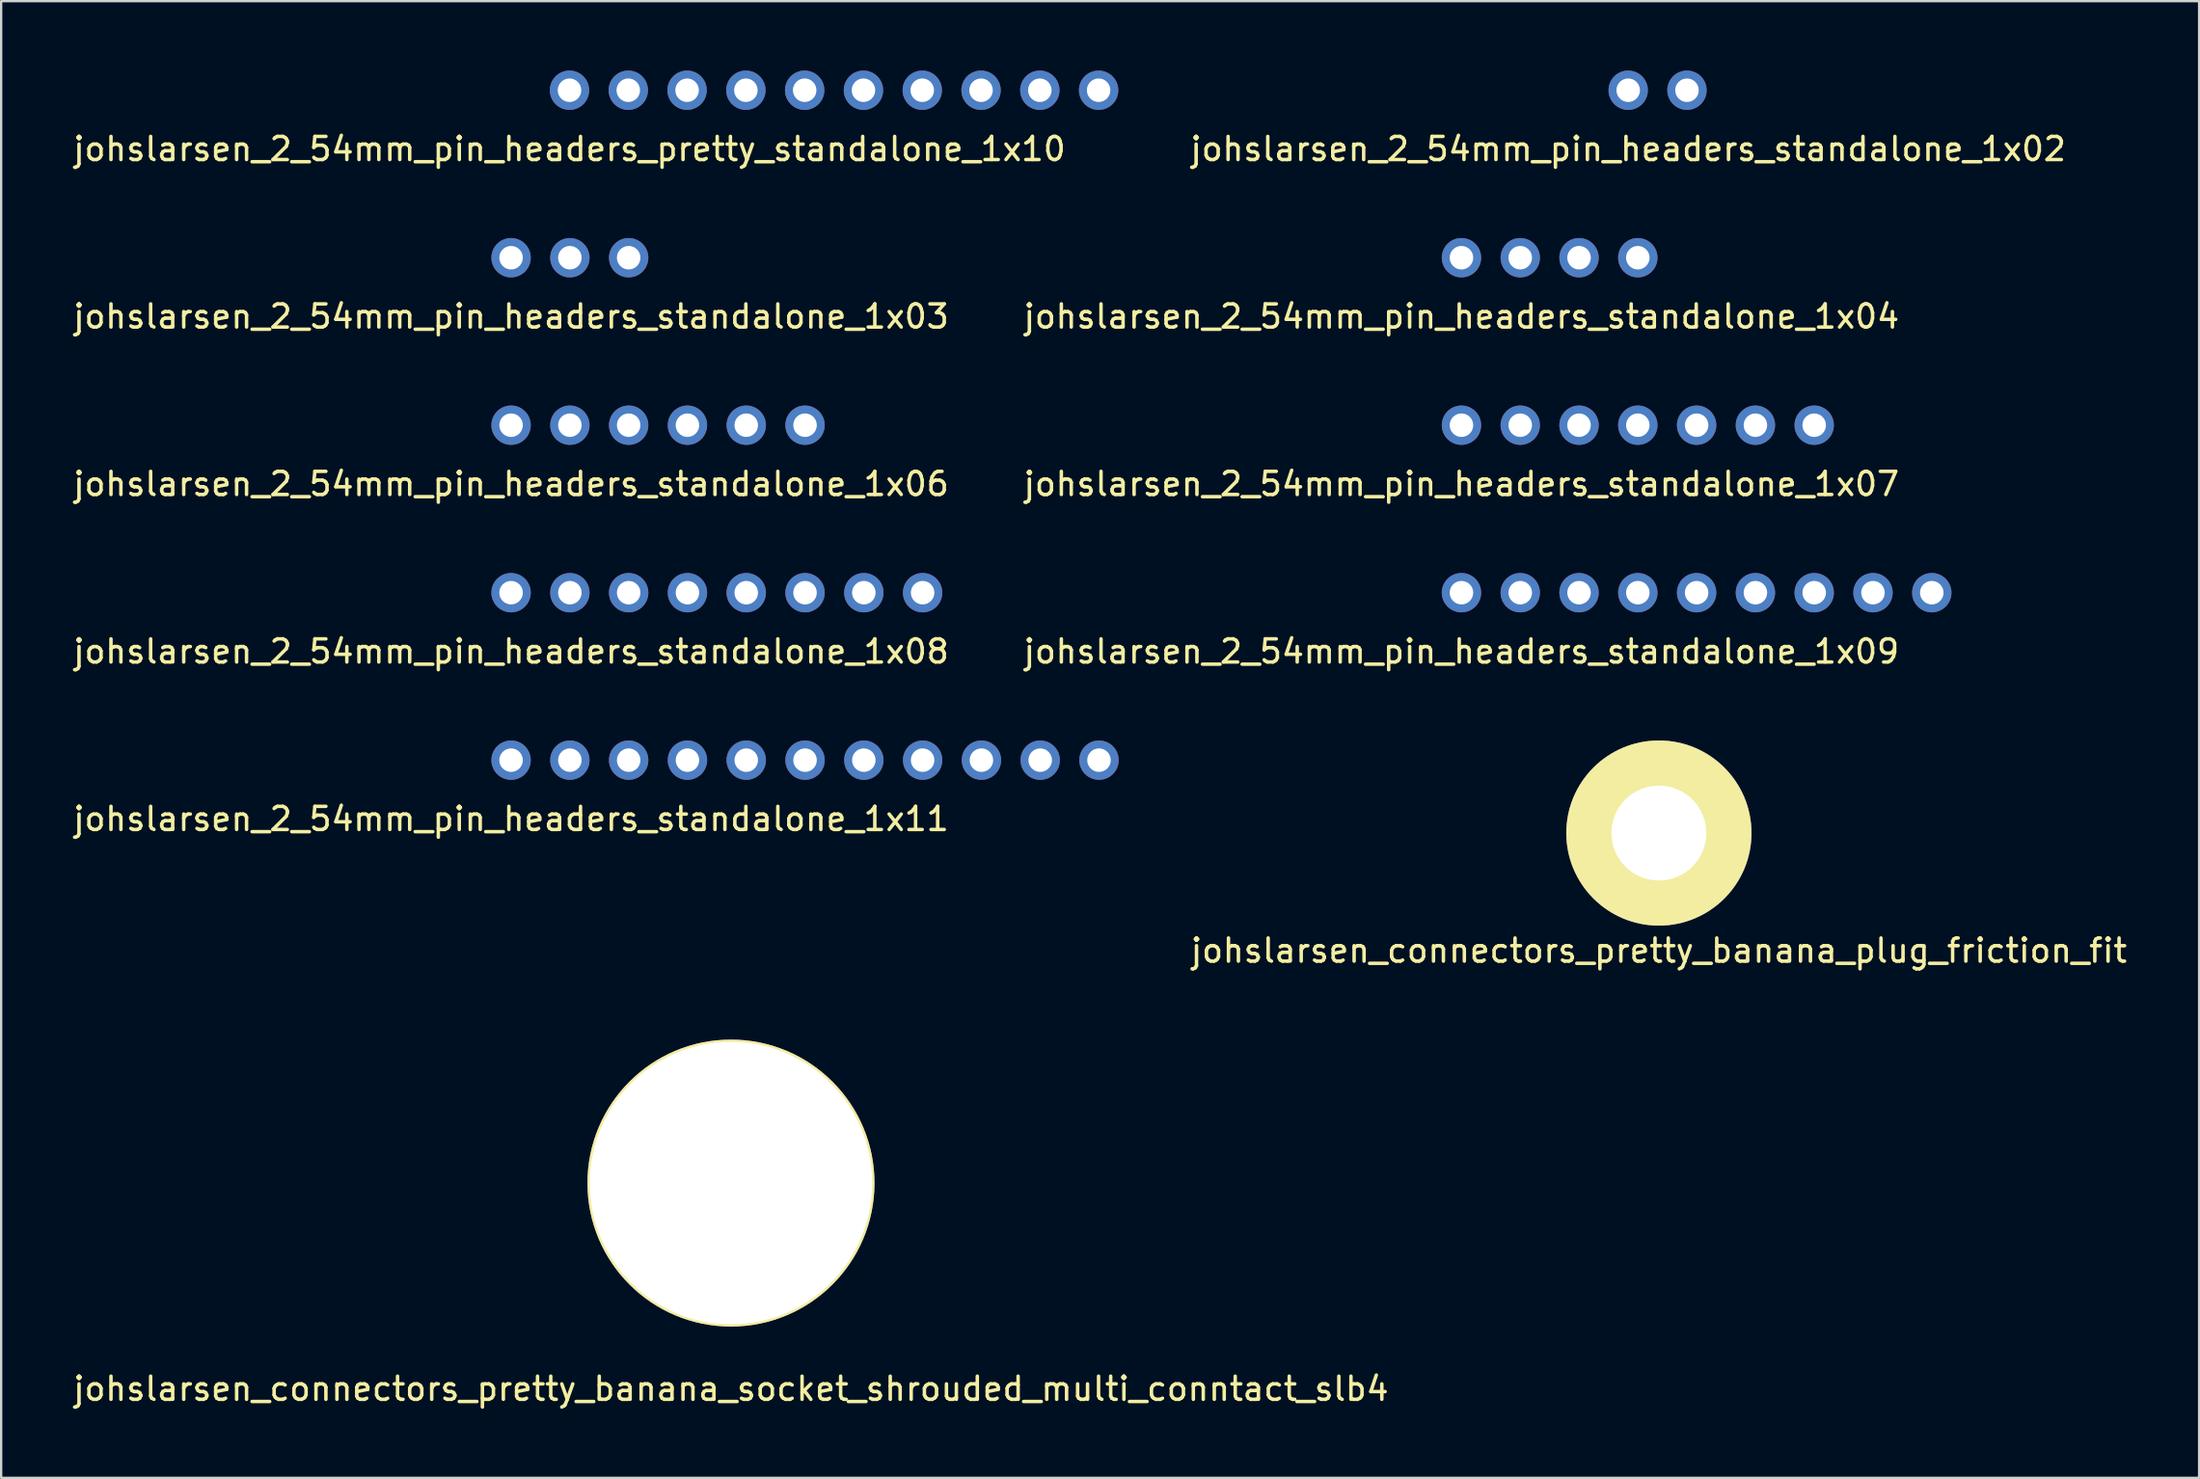
<source format=kicad_pcb>
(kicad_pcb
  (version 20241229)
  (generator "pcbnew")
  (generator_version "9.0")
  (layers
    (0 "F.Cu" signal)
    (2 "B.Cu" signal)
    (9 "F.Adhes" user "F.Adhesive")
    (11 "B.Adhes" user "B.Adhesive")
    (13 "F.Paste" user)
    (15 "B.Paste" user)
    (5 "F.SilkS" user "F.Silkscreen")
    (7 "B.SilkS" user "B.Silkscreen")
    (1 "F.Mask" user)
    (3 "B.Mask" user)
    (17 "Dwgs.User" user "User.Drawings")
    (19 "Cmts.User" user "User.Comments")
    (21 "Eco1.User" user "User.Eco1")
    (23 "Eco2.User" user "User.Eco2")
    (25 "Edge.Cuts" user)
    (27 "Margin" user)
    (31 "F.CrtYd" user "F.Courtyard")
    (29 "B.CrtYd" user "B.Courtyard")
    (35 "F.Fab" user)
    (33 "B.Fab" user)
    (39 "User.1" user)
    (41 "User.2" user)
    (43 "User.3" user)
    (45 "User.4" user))
  (footprint "johslarsen_connectors_pretty_banana_socket_shrouded_multi_conntact_slb4"
    (layer "F.Cu")
    (at 28.53 48.081)
    (property "Reference" "johslarsen_connectors_pretty_banana_socket_shrouded_multi_conntact_slb4" (at 0 8.89 0) (layer "F.SilkS") (effects (font (size 1 1) (thickness 0.15))))
    (attr through_hole)
    (pad "1" thru_hole circle (at 0 0) (size 12.4 12.4) (drill 12.2) (layers "*.Cu" "*.Mask" "F.SilkS")))
  (footprint "johslarsen_connectors_pretty_banana_plug_friction_fit"
    (layer "F.Cu")
    (at 68.619 32.953)
    (property "Reference" "johslarsen_connectors_pretty_banana_plug_friction_fit" (at 0 5.08 0) (layer "F.SilkS") (effects (font (size 1 1) (thickness 0.15))))
    (attr through_hole)
    (pad "1" thru_hole circle (at 0 0) (size 8 8) (drill 4.1) (layers "*.Cu" "*.Mask" "F.SilkS")))
  (footprint "johslarsen_2_54mm_pin_headers_standalone_1x08"
    (layer "F.Cu")
    (at 19.03 22.565)
    (property "Reference" "johslarsen_2_54mm_pin_headers_standalone_1x08" (at 0 2.54 0) (layer "F.SilkS") (effects (font (size 1 1) (thickness 0.15))))
    (attr through_hole)
    (pad "1" thru_hole circle (at 0 0) (size 1.7 1.7) (drill 1.016) (layers "*.Cu" "*.Mask"))
    (pad "2" thru_hole circle (at 2.54 0) (size 1.7 1.7) (drill 1.016) (layers "*.Cu" "*.Mask"))
    (pad "3" thru_hole circle (at 5.08 0) (size 1.7 1.7) (drill 1.016) (layers "*.Cu" "*.Mask"))
    (pad "4" thru_hole circle (at 7.62 0) (size 1.7 1.7) (drill 1.016) (layers "*.Cu" "*.Mask"))
    (pad "5" thru_hole circle (at 10.16 0) (size 1.7 1.7) (drill 1.016) (layers "*.Cu" "*.Mask"))
    (pad "6" thru_hole circle (at 12.7 0) (size 1.7 1.7) (drill 1.016) (layers "*.Cu" "*.Mask"))
    (pad "7" thru_hole circle (at 15.24 0) (size 1.7 1.7) (drill 1.016) (layers "*.Cu" "*.Mask"))
    (pad "8" thru_hole circle (at 17.78 0) (size 1.7 1.7) (drill 1.016) (layers "*.Cu" "*.Mask")))
  (footprint "johslarsen_2_54mm_pin_headers_standalone_1x11"
    (layer "F.Cu")
    (at 19.03 29.803)
    (property "Reference" "johslarsen_2_54mm_pin_headers_standalone_1x11" (at 0 2.54 0) (layer "F.SilkS") (effects (font (size 1 1) (thickness 0.15))))
    (attr through_hole)
    (pad "1" thru_hole circle (at 0 0) (size 1.7 1.7) (drill 1.016) (layers "*.Cu" "*.Mask"))
    (pad "2" thru_hole circle (at 2.54 0) (size 1.7 1.7) (drill 1.016) (layers "*.Cu" "*.Mask"))
    (pad "3" thru_hole circle (at 5.08 0) (size 1.7 1.7) (drill 1.016) (layers "*.Cu" "*.Mask"))
    (pad "4" thru_hole circle (at 7.62 0) (size 1.7 1.7) (drill 1.016) (layers "*.Cu" "*.Mask"))
    (pad "5" thru_hole circle (at 10.16 0) (size 1.7 1.7) (drill 1.016) (layers "*.Cu" "*.Mask"))
    (pad "6" thru_hole circle (at 12.7 0) (size 1.7 1.7) (drill 1.016) (layers "*.Cu" "*.Mask"))
    (pad "7" thru_hole circle (at 15.24 0) (size 1.7 1.7) (drill 1.016) (layers "*.Cu" "*.Mask"))
    (pad "8" thru_hole circle (at 17.78 0) (size 1.7 1.7) (drill 1.016) (layers "*.Cu" "*.Mask"))
    (pad "9" thru_hole circle (at 20.32 0) (size 1.7 1.7) (drill 1.016) (layers "*.Cu" "*.Mask"))
    (pad "10" thru_hole circle (at 22.86 0) (size 1.7 1.7) (drill 1.016) (layers "*.Cu" "*.Mask"))
    (pad "11" thru_hole circle (at 25.4 0) (size 1.7 1.7) (drill 1.016) (layers "*.Cu" "*.Mask")))
  (footprint "johslarsen_2_54mm_pin_headers_standalone_1x04"
    (layer "F.Cu")
    (at 60.089 8.088)
    (property "Reference" "johslarsen_2_54mm_pin_headers_standalone_1x04" (at 0 2.54 0) (layer "F.SilkS") (effects (font (size 1 1) (thickness 0.15))))
    (attr through_hole)
    (pad "1" thru_hole circle (at 0 0) (size 1.7 1.7) (drill 1.016) (layers "*.Cu" "*.Mask"))
    (pad "2" thru_hole circle (at 2.54 0) (size 1.7 1.7) (drill 1.016) (layers "*.Cu" "*.Mask"))
    (pad "3" thru_hole circle (at 5.08 0) (size 1.7 1.7) (drill 1.016) (layers "*.Cu" "*.Mask"))
    (pad "4" thru_hole circle (at 7.62 0) (size 1.7 1.7) (drill 1.016) (layers "*.Cu" "*.Mask")))
  (footprint "johslarsen_2_54mm_pin_headers_standalone_1x06"
    (layer "F.Cu")
    (at 19.03 15.326)
    (property "Reference" "johslarsen_2_54mm_pin_headers_standalone_1x06" (at 0 2.54 0) (layer "F.SilkS") (effects (font (size 1 1) (thickness 0.15))))
    (attr through_hole)
    (pad "1" thru_hole circle (at 0 0) (size 1.7 1.7) (drill 1.016) (layers "*.Cu" "*.Mask"))
    (pad "2" thru_hole circle (at 2.54 0) (size 1.7 1.7) (drill 1.016) (layers "*.Cu" "*.Mask"))
    (pad "3" thru_hole circle (at 5.08 0) (size 1.7 1.7) (drill 1.016) (layers "*.Cu" "*.Mask"))
    (pad "4" thru_hole circle (at 7.62 0) (size 1.7 1.7) (drill 1.016) (layers "*.Cu" "*.Mask"))
    (pad "5" thru_hole circle (at 10.16 0) (size 1.7 1.7) (drill 1.016) (layers "*.Cu" "*.Mask"))
    (pad "6" thru_hole circle (at 12.7 0) (size 1.7 1.7) (drill 1.016) (layers "*.Cu" "*.Mask")))
  (footprint "johslarsen_2_54mm_pin_headers_standalone_1x09"
    (layer "F.Cu")
    (at 60.089 22.565)
    (property "Reference" "johslarsen_2_54mm_pin_headers_standalone_1x09" (at 0 2.54 0) (layer "F.SilkS") (effects (font (size 1 1) (thickness 0.15))))
    (attr through_hole)
    (pad "1" thru_hole circle (at 0 0) (size 1.7 1.7) (drill 1.016) (layers "*.Cu" "*.Mask"))
    (pad "2" thru_hole circle (at 2.54 0) (size 1.7 1.7) (drill 1.016) (layers "*.Cu" "*.Mask"))
    (pad "3" thru_hole circle (at 5.08 0) (size 1.7 1.7) (drill 1.016) (layers "*.Cu" "*.Mask"))
    (pad "4" thru_hole circle (at 7.62 0) (size 1.7 1.7) (drill 1.016) (layers "*.Cu" "*.Mask"))
    (pad "5" thru_hole circle (at 10.16 0) (size 1.7 1.7) (drill 1.016) (layers "*.Cu" "*.Mask"))
    (pad "6" thru_hole circle (at 12.7 0) (size 1.7 1.7) (drill 1.016) (layers "*.Cu" "*.Mask"))
    (pad "7" thru_hole circle (at 15.24 0) (size 1.7 1.7) (drill 1.016) (layers "*.Cu" "*.Mask"))
    (pad "8" thru_hole circle (at 17.78 0) (size 1.7 1.7) (drill 1.016) (layers "*.Cu" "*.Mask"))
    (pad "9" thru_hole circle (at 20.32 0) (size 1.7 1.7) (drill 1.016) (layers "*.Cu" "*.Mask")))
  (footprint "johslarsen_2_54mm_pin_headers_standalone_1x07"
    (layer "F.Cu")
    (at 60.089 15.326)
    (property "Reference" "johslarsen_2_54mm_pin_headers_standalone_1x07" (at 0 2.54 0) (layer "F.SilkS") (effects (font (size 1 1) (thickness 0.15))))
    (attr through_hole)
    (pad "1" thru_hole circle (at 0 0) (size 1.7 1.7) (drill 1.016) (layers "*.Cu" "*.Mask"))
    (pad "2" thru_hole circle (at 2.54 0) (size 1.7 1.7) (drill 1.016) (layers "*.Cu" "*.Mask"))
    (pad "3" thru_hole circle (at 5.08 0) (size 1.7 1.7) (drill 1.016) (layers "*.Cu" "*.Mask"))
    (pad "4" thru_hole circle (at 7.62 0) (size 1.7 1.7) (drill 1.016) (layers "*.Cu" "*.Mask"))
    (pad "5" thru_hole circle (at 10.16 0) (size 1.7 1.7) (drill 1.016) (layers "*.Cu" "*.Mask"))
    (pad "6" thru_hole circle (at 12.7 0) (size 1.7 1.7) (drill 1.016) (layers "*.Cu" "*.Mask"))
    (pad "7" thru_hole circle (at 15.24 0) (size 1.7 1.7) (drill 1.016) (layers "*.Cu" "*.Mask")))
  (footprint "johslarsen_2_54mm_pin_headers_pretty_standalone_1x10"
    (layer "F.Cu")
    (at 21.554 0.85)
    (property "Reference" "johslarsen_2_54mm_pin_headers_pretty_standalone_1x10" (at 0 2.54 0) (layer "F.SilkS") (effects (font (size 1 1) (thickness 0.15))))
    (attr through_hole)
    (pad "1" thru_hole circle (at 0 0) (size 1.7 1.7) (drill 1.016) (layers "*.Cu" "*.Mask"))
    (pad "2" thru_hole circle (at 2.54 0) (size 1.7 1.7) (drill 1.016) (layers "*.Cu" "*.Mask"))
    (pad "3" thru_hole circle (at 5.08 0) (size 1.7 1.7) (drill 1.016) (layers "*.Cu" "*.Mask"))
    (pad "4" thru_hole circle (at 7.62 0) (size 1.7 1.7) (drill 1.016) (layers "*.Cu" "*.Mask"))
    (pad "5" thru_hole circle (at 10.16 0) (size 1.7 1.7) (drill 1.016) (layers "*.Cu" "*.Mask"))
    (pad "6" thru_hole circle (at 12.7 0) (size 1.7 1.7) (drill 1.016) (layers "*.Cu" "*.Mask"))
    (pad "7" thru_hole circle (at 15.24 0) (size 1.7 1.7) (drill 1.016) (layers "*.Cu" "*.Mask"))
    (pad "8" thru_hole circle (at 17.78 0) (size 1.7 1.7) (drill 1.016) (layers "*.Cu" "*.Mask"))
    (pad "9" thru_hole circle (at 20.32 0) (size 1.7 1.7) (drill 1.016) (layers "*.Cu" "*.Mask"))
    (pad "10" thru_hole circle (at 22.86 0) (size 1.7 1.7) (drill 1.016) (layers "*.Cu" "*.Mask")))
  (footprint "johslarsen_2_54mm_pin_headers_standalone_1x03"
    (layer "F.Cu")
    (at 19.03 8.088)
    (property "Reference" "johslarsen_2_54mm_pin_headers_standalone_1x03" (at 0 2.54 0) (layer "F.SilkS") (effects (font (size 1 1) (thickness 0.15))))
    (attr through_hole)
    (pad "1" thru_hole circle (at 0 0) (size 1.7 1.7) (drill 1.016) (layers "*.Cu" "*.Mask"))
    (pad "2" thru_hole circle (at 2.54 0) (size 1.7 1.7) (drill 1.016) (layers "*.Cu" "*.Mask"))
    (pad "3" thru_hole circle (at 5.08 0) (size 1.7 1.7) (drill 1.016) (layers "*.Cu" "*.Mask")))
  (footprint "johslarsen_2_54mm_pin_headers_standalone_1x02"
    (layer "F.Cu")
    (at 67.293 0.85)
    (property "Reference" "johslarsen_2_54mm_pin_headers_standalone_1x02" (at 0 2.54 0) (layer "F.SilkS") (effects (font (size 1 1) (thickness 0.15))))
    (attr through_hole)
    (pad "1" thru_hole circle (at 0 0) (size 1.7 1.7) (drill 1.016) (layers "*.Cu" "*.Mask"))
    (pad "2" thru_hole circle (at 2.54 0) (size 1.7 1.7) (drill 1.016) (layers "*.Cu" "*.Mask")))
  (gr_rect
    (start -3 -3)
    (end 91.958 60.819)
    (stroke (width 0.1) (type default))
    (fill no)
    (layer "Edge.Cuts")))
</source>
